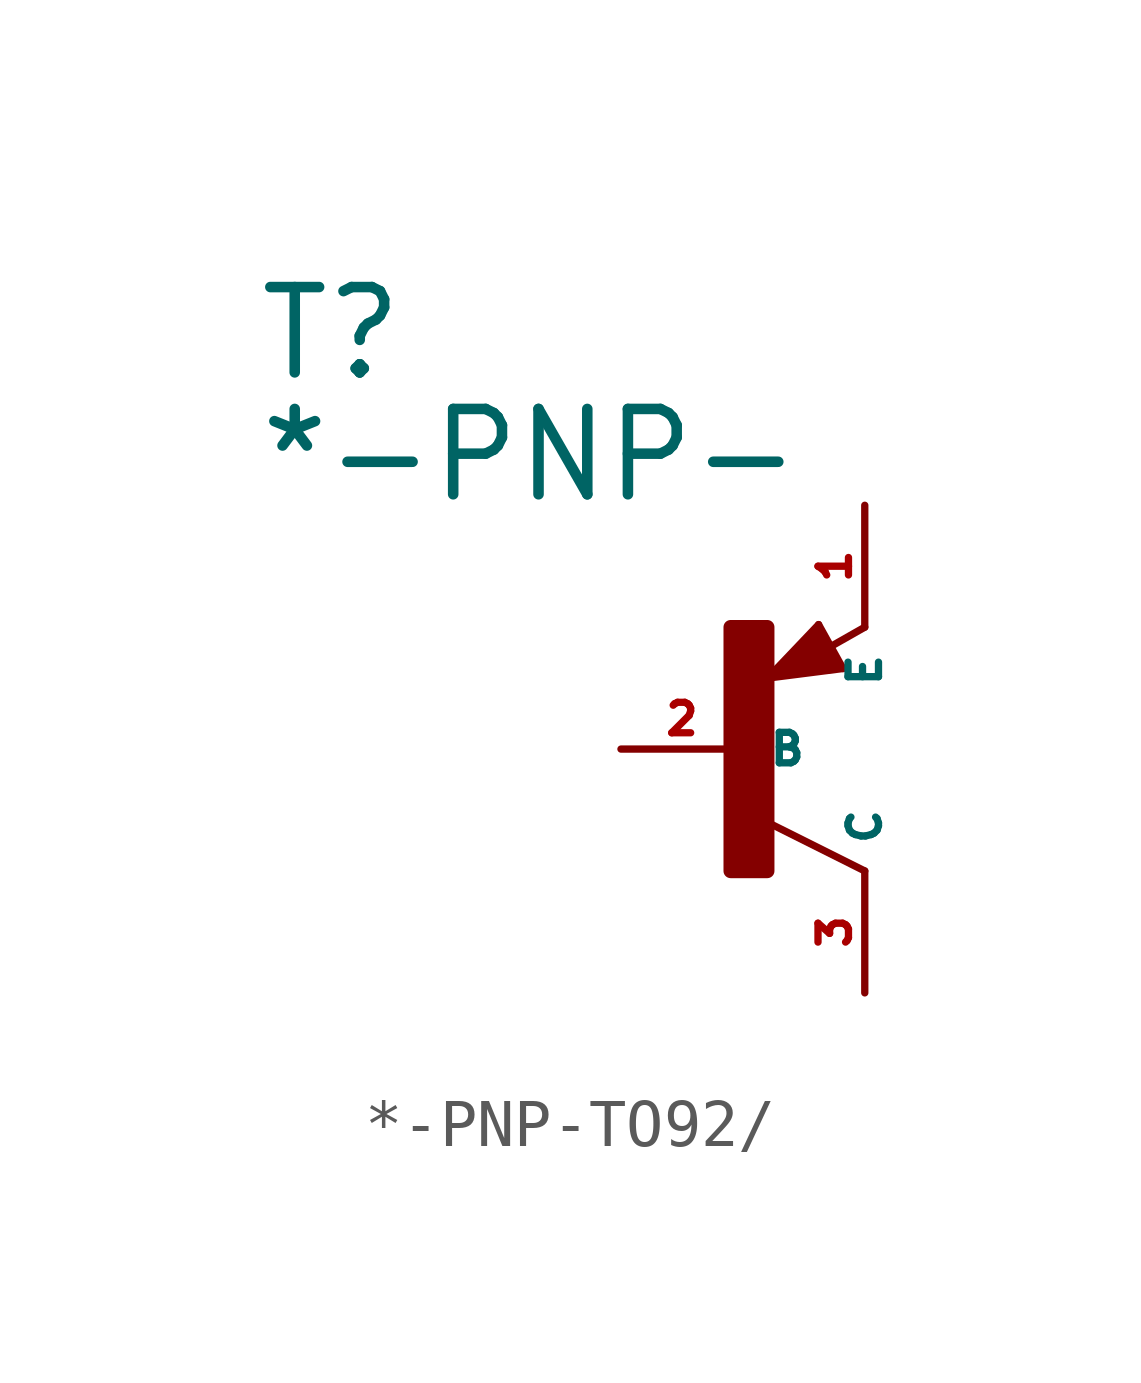
<source format=kicad_sym>
(kicad_symbol_lib
  (version 20220914)
  (generator Eagle2Kicad)
  (symbol "*-PNP-TO92/"
    (property "Reference" "T"
      (at -10.16 7.62 0)
      (effects (font (size 1.778 1.778) (thickness 0.22)) (justify left bottom)))
    (property "Value" "*-PNP-"
      (at -10.16 5.08 0)
      (effects (font (size 1.778 1.778) (thickness 0.22)) (justify left bottom)))
    (polyline
      (pts (xy 2.086 1.678) (xy 1.578 2.594))
      (stroke (width 0.152) (type default))
      (fill (type none)))
    (polyline
      (pts (xy 1.578 2.594) (xy 0.516 1.478))
      (stroke (width 0.152) (type default))
      (fill (type none)))
    (polyline
      (pts (xy 0.516 1.478) (xy 2.086 1.678))
      (stroke (width 0.152) (type default))
      (fill (type none)))
    (polyline
      (pts (xy 2.54 2.54) (xy 1.808 2.124))
      (stroke (width 0.152) (type default))
      (fill (type none)))
    (polyline
      (pts (xy 2.54 -2.54) (xy 0.508 -1.524))
      (stroke (width 0.152) (type default))
      (fill (type none)))
    (polyline
      (pts (xy 1.905 1.778) (xy 1.524 2.413))
      (stroke (width 0.254) (type default))
      (fill (type none)))
    (polyline
      (pts (xy 1.524 2.413) (xy 0.762 1.651))
      (stroke (width 0.254) (type default))
      (fill (type none)))
    (polyline
      (pts (xy 0.762 1.651) (xy 1.778 1.778))
      (stroke (width 0.254) (type default))
      (fill (type none)))
    (polyline
      (pts (xy 1.778 1.778) (xy 1.524 2.159))
      (stroke (width 0.254) (type default))
      (fill (type none)))
    (polyline
      (pts (xy 1.524 2.159) (xy 1.143 1.905))
      (stroke (width 0.254) (type default))
      (fill (type none)))
    (polyline
      (pts (xy 1.143 1.905) (xy 1.524 1.905))
      (stroke (width 0.254) (type default))
      (fill (type none)))
    (rectangle
      (start -0.254 -2.54)
      (end 0.508 2.54)
      (stroke (width 0.3) (type default))
      (fill (type outline)))
    (pin passive line
      (at -2.54 0 0)
      (length 2.54)
      (name "B" (effects (font (size 0.635 0.635) (thickness 0.08)) (justify left bottom)))
      (number "2" (effects (font (size 0.635 0.635) (thickness 0.08)) (justify left bottom))))
    (pin passive line
      (at 2.54 5.08 270)
      (length 2.54)
      (name "E" (effects (font (size 0.635 0.635) (thickness 0.08)) (justify left bottom)))
      (number "1" (effects (font (size 0.635 0.635) (thickness 0.08)) (justify left bottom))))
    (pin passive line
      (at 2.54 -5.08 90)
      (length 2.54)
      (name "C" (effects (font (size 0.635 0.635) (thickness 0.08)) (justify left bottom)))
      (number "3" (effects (font (size 0.635 0.635) (thickness 0.08)) (justify left bottom))))))
</source>
